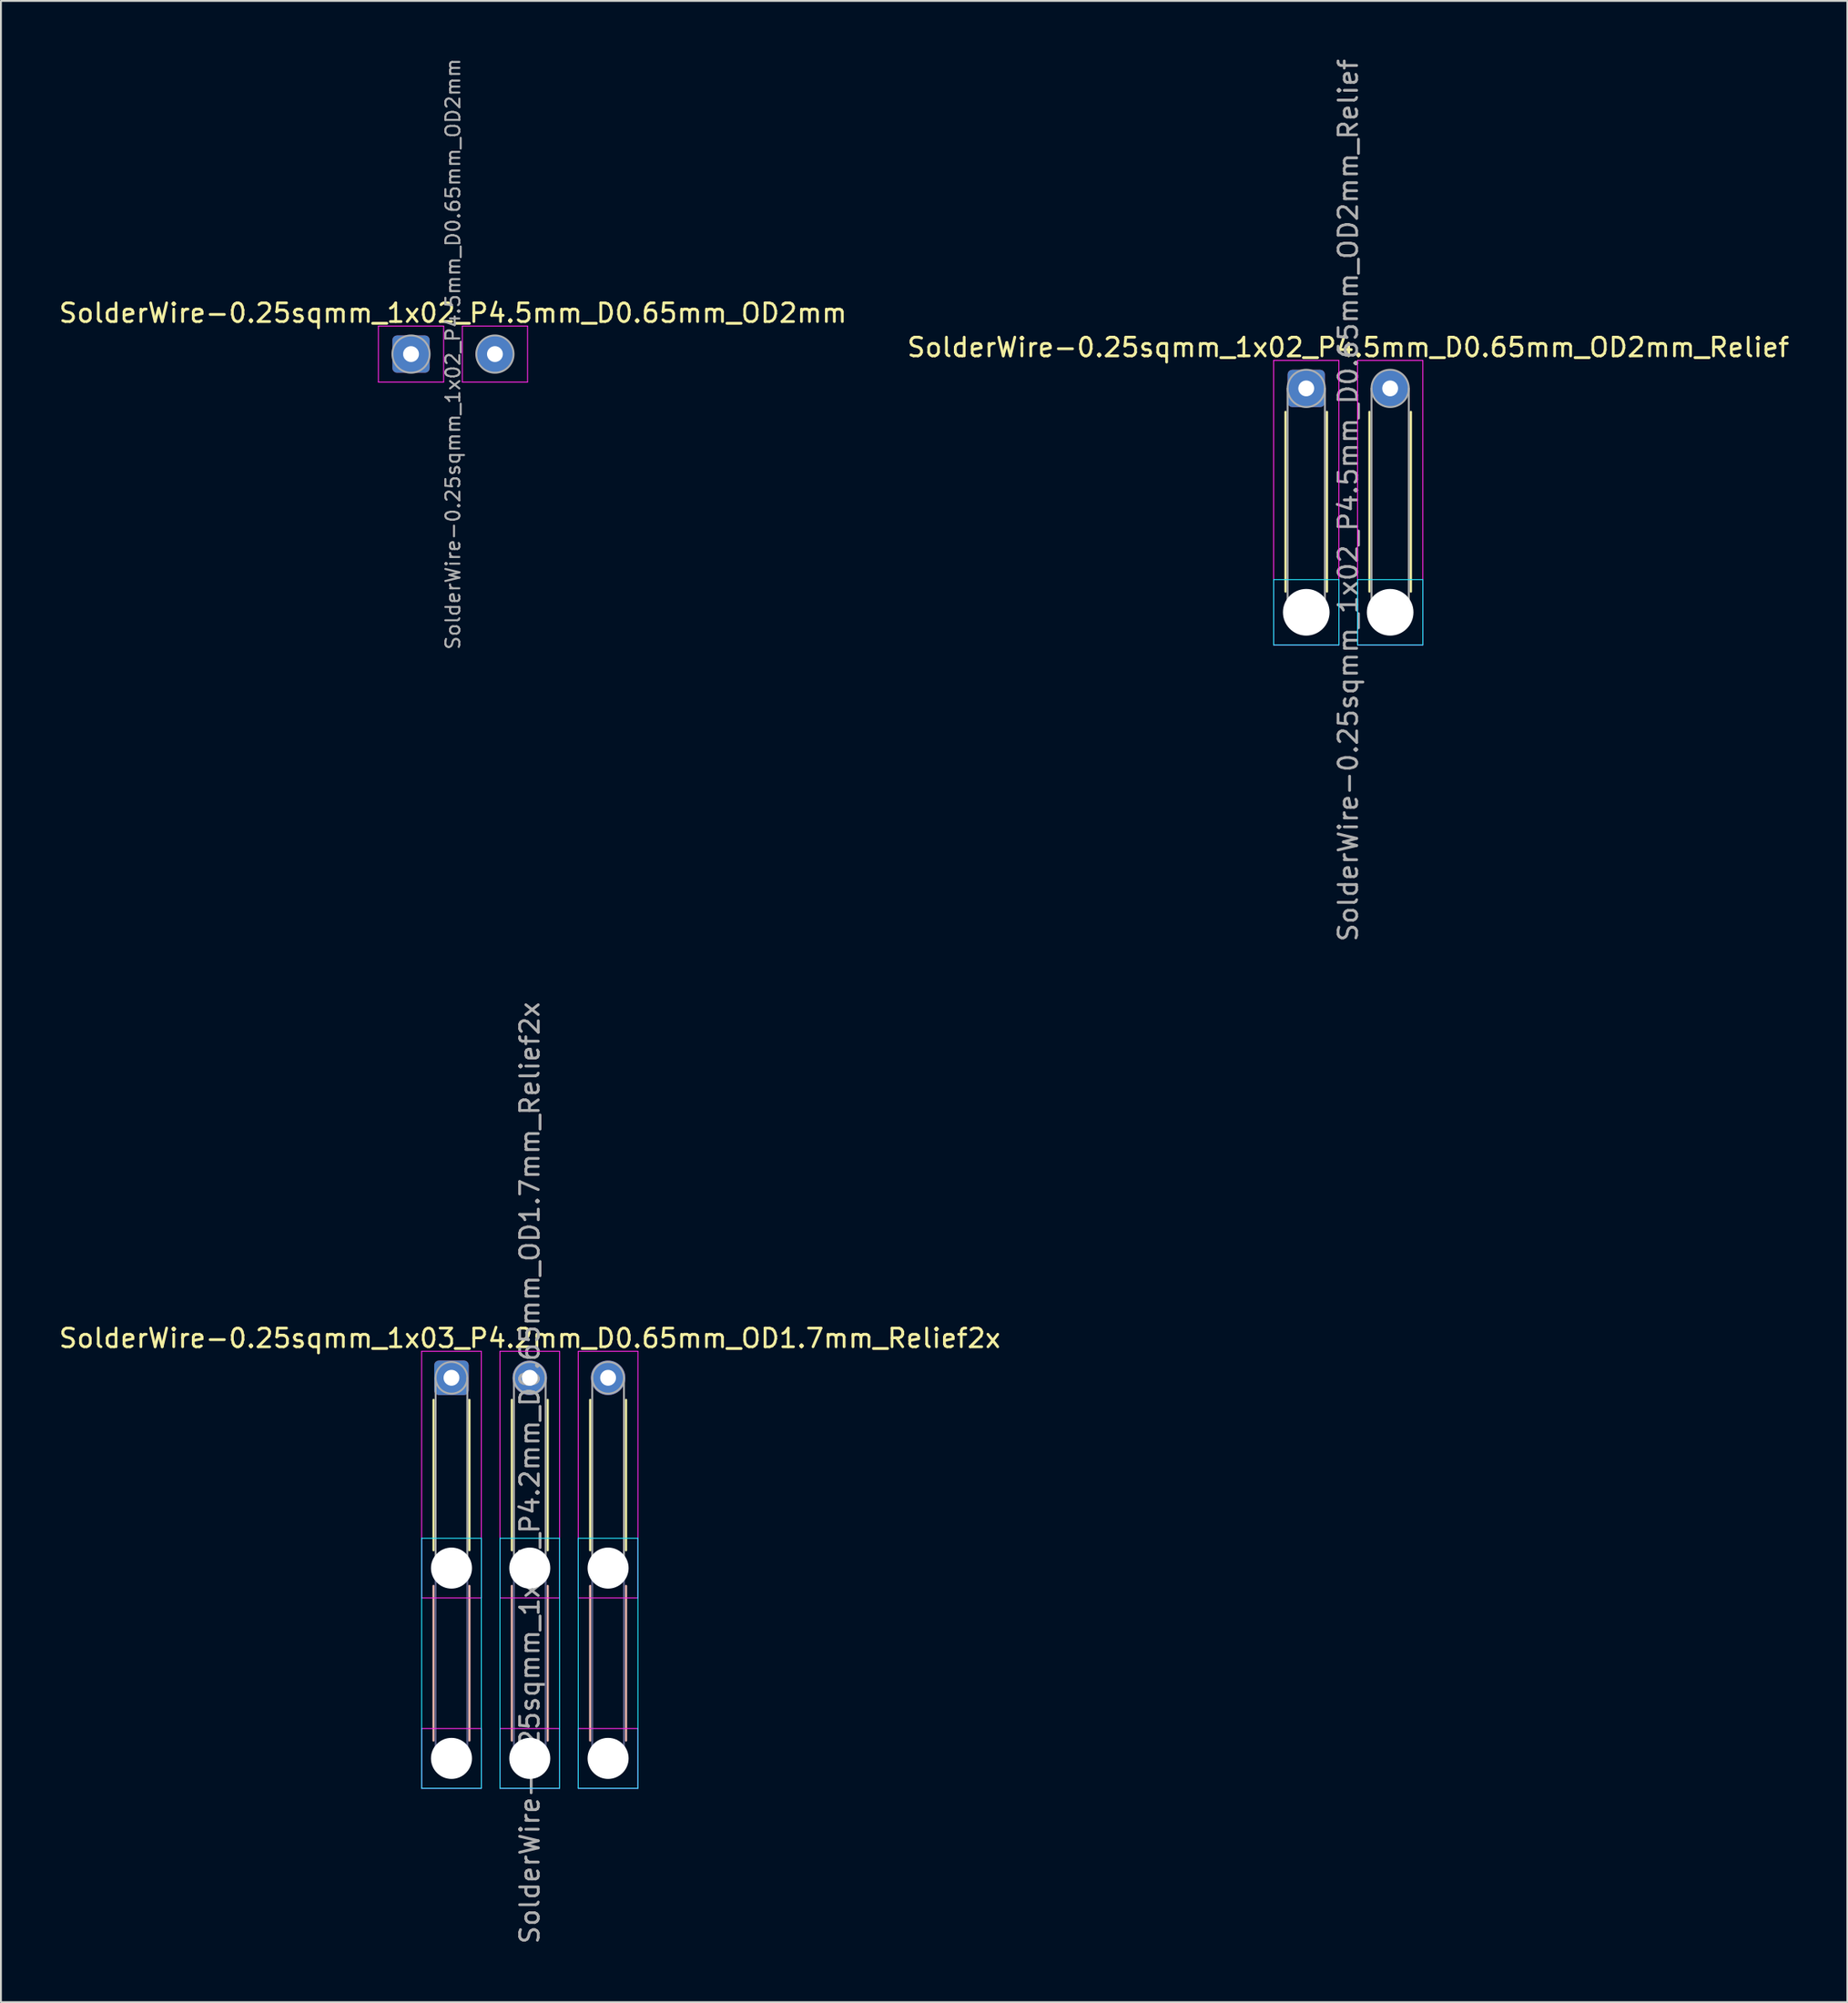
<source format=kicad_pcb>
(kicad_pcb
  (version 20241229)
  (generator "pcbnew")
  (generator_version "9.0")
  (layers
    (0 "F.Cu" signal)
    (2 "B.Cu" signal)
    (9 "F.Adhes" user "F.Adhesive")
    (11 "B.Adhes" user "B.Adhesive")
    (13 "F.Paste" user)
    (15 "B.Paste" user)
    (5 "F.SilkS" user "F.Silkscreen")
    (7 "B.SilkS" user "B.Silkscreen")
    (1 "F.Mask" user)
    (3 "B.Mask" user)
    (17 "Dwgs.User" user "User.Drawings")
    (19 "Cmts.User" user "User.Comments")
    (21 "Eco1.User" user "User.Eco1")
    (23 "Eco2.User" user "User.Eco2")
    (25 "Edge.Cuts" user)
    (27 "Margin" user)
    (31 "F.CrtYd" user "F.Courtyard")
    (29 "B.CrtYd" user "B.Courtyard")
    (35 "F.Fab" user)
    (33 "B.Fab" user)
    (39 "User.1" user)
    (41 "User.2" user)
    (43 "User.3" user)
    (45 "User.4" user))
  (footprint "SolderWire-0.25sqmm_1x02_P4.5mm_D0.65mm_OD2mm"
    (layer "F.Cu")
    (at 18.994 15.929)
    (property "Reference" "SolderWire-0.25sqmm_1x02_P4.5mm_D0.65mm_OD2mm" (at 2.25 -2.2 0) (layer "F.SilkS") (effects (font (size 1 1) (thickness 0.15))))
    (attr exclude_from_pos_files exclude_from_bom)
    (fp_line (start -1.75 -1.5) (end -1.75 1.5) (stroke (width 0.05) (type solid)) (layer "F.CrtYd"))
    (fp_line (start -1.75 1.5) (end 1.75 1.5) (stroke (width 0.05) (type solid)) (layer "F.CrtYd"))
    (fp_line (start 1.75 -1.5) (end -1.75 -1.5) (stroke (width 0.05) (type solid)) (layer "F.CrtYd"))
    (fp_line (start 1.75 1.5) (end 1.75 -1.5) (stroke (width 0.05) (type solid)) (layer "F.CrtYd"))
    (fp_line (start 2.75 -1.5) (end 2.75 1.5) (stroke (width 0.05) (type solid)) (layer "F.CrtYd"))
    (fp_line (start 2.75 1.5) (end 6.25 1.5) (stroke (width 0.05) (type solid)) (layer "F.CrtYd"))
    (fp_line (start 6.25 -1.5) (end 2.75 -1.5) (stroke (width 0.05) (type solid)) (layer "F.CrtYd"))
    (fp_line (start 6.25 1.5) (end 6.25 -1.5) (stroke (width 0.05) (type solid)) (layer "F.CrtYd"))
    (fp_circle (center 0 0) (end 1 0) (stroke (width 0.1) (type solid)) (fill no) (layer "F.Fab"))
    (fp_circle (center 4.5 0) (end 5.5 0) (stroke (width 0.1) (type solid)) (fill no) (layer "F.Fab"))
    (fp_text user "${REFERENCE}" (at 2.25 0 90) (layer "F.Fab") (effects (font (size 0.75 0.75) (thickness 0.11))))
    (pad "1" thru_hole roundrect (at 0 0) (size 2 2) (drill 0.85) (layers "*.Cu" "*.Mask") (roundrect_rratio 0.125))
    (pad "2" thru_hole circle (at 4.5 0) (size 2 2) (drill 0.85) (layers "*.Cu" "*.Mask")))
  (footprint "SolderWire-0.25sqmm_1x03_P4.2mm_D0.65mm_OD1.7mm_Relief2x"
    (layer "F.Cu")
    (at 21.163 70.799)
    (property "Reference" "SolderWire-0.25sqmm_1x03_P4.2mm_D0.65mm_OD1.7mm_Relief2x" (at 4.2 -2.12 0) (layer "F.SilkS") (effects (font (size 1 1) (thickness 0.15))))
    (attr exclude_from_pos_files exclude_from_bom)
    (fp_line (start -0.96 1.185) (end -0.96 9.24) (stroke (width 0.12) (type solid)) (layer "F.SilkS"))
    (fp_line (start 0.96 1.185) (end 0.96 9.24) (stroke (width 0.12) (type solid)) (layer "F.SilkS"))
    (fp_line (start 3.24 1.185) (end 3.24 9.24) (stroke (width 0.12) (type solid)) (layer "F.SilkS"))
    (fp_line (start 5.16 1.185) (end 5.16 9.24) (stroke (width 0.12) (type solid)) (layer "F.SilkS"))
    (fp_line (start 7.44 1.185) (end 7.44 9.24) (stroke (width 0.12) (type solid)) (layer "F.SilkS"))
    (fp_line (start 9.36 1.185) (end 9.36 9.24) (stroke (width 0.12) (type solid)) (layer "F.SilkS"))
    (fp_line (start -0.96 11.16) (end -0.96 19.44) (stroke (width 0.12) (type solid)) (layer "B.SilkS"))
    (fp_line (start 0.96 11.16) (end 0.96 19.44) (stroke (width 0.12) (type solid)) (layer "B.SilkS"))
    (fp_line (start 3.24 11.16) (end 3.24 19.44) (stroke (width 0.12) (type solid)) (layer "B.SilkS"))
    (fp_line (start 5.16 11.16) (end 5.16 19.44) (stroke (width 0.12) (type solid)) (layer "B.SilkS"))
    (fp_line (start 7.44 11.16) (end 7.44 19.44) (stroke (width 0.12) (type solid)) (layer "B.SilkS"))
    (fp_line (start 9.36 11.16) (end 9.36 19.44) (stroke (width 0.12) (type solid)) (layer "B.SilkS"))
    (fp_line (start -1.6 8.6) (end -1.6 22) (stroke (width 0.05) (type solid)) (layer "B.CrtYd"))
    (fp_line (start -1.6 22) (end 1.6 22) (stroke (width 0.05) (type solid)) (layer "B.CrtYd"))
    (fp_line (start 1.6 8.6) (end -1.6 8.6) (stroke (width 0.05) (type solid)) (layer "B.CrtYd"))
    (fp_line (start 1.6 22) (end 1.6 8.6) (stroke (width 0.05) (type solid)) (layer "B.CrtYd"))
    (fp_line (start 2.6 8.6) (end 2.6 22) (stroke (width 0.05) (type solid)) (layer "B.CrtYd"))
    (fp_line (start 2.6 22) (end 5.8 22) (stroke (width 0.05) (type solid)) (layer "B.CrtYd"))
    (fp_line (start 5.8 8.6) (end 2.6 8.6) (stroke (width 0.05) (type solid)) (layer "B.CrtYd"))
    (fp_line (start 5.8 22) (end 5.8 8.6) (stroke (width 0.05) (type solid)) (layer "B.CrtYd"))
    (fp_line (start 6.8 8.6) (end 6.8 22) (stroke (width 0.05) (type solid)) (layer "B.CrtYd"))
    (fp_line (start 6.8 22) (end 10 22) (stroke (width 0.05) (type solid)) (layer "B.CrtYd"))
    (fp_line (start 10 8.6) (end 6.8 8.6) (stroke (width 0.05) (type solid)) (layer "B.CrtYd"))
    (fp_line (start 10 22) (end 10 8.6) (stroke (width 0.05) (type solid)) (layer "B.CrtYd"))
    (fp_line (start -1.6 -1.42) (end -1.6 11.8) (stroke (width 0.05) (type solid)) (layer "F.CrtYd"))
    (fp_line (start -1.6 11.8) (end 1.6 11.8) (stroke (width 0.05) (type solid)) (layer "F.CrtYd"))
    (fp_line (start -1.6 18.8) (end -1.6 22) (stroke (width 0.05) (type solid)) (layer "F.CrtYd"))
    (fp_line (start -1.6 22) (end 1.6 22) (stroke (width 0.05) (type solid)) (layer "F.CrtYd"))
    (fp_line (start 1.6 -1.42) (end -1.6 -1.42) (stroke (width 0.05) (type solid)) (layer "F.CrtYd"))
    (fp_line (start 1.6 11.8) (end 1.6 -1.42) (stroke (width 0.05) (type solid)) (layer "F.CrtYd"))
    (fp_line (start 1.6 18.8) (end -1.6 18.8) (stroke (width 0.05) (type solid)) (layer "F.CrtYd"))
    (fp_line (start 1.6 22) (end 1.6 18.8) (stroke (width 0.05) (type solid)) (layer "F.CrtYd"))
    (fp_line (start 2.6 -1.42) (end 2.6 11.8) (stroke (width 0.05) (type solid)) (layer "F.CrtYd"))
    (fp_line (start 2.6 11.8) (end 5.8 11.8) (stroke (width 0.05) (type solid)) (layer "F.CrtYd"))
    (fp_line (start 2.6 18.8) (end 2.6 22) (stroke (width 0.05) (type solid)) (layer "F.CrtYd"))
    (fp_line (start 2.6 22) (end 5.8 22) (stroke (width 0.05) (type solid)) (layer "F.CrtYd"))
    (fp_line (start 5.8 -1.42) (end 2.6 -1.42) (stroke (width 0.05) (type solid)) (layer "F.CrtYd"))
    (fp_line (start 5.8 11.8) (end 5.8 -1.42) (stroke (width 0.05) (type solid)) (layer "F.CrtYd"))
    (fp_line (start 5.8 18.8) (end 2.6 18.8) (stroke (width 0.05) (type solid)) (layer "F.CrtYd"))
    (fp_line (start 5.8 22) (end 5.8 18.8) (stroke (width 0.05) (type solid)) (layer "F.CrtYd"))
    (fp_line (start 6.8 -1.42) (end 6.8 11.8) (stroke (width 0.05) (type solid)) (layer "F.CrtYd"))
    (fp_line (start 6.8 11.8) (end 10 11.8) (stroke (width 0.05) (type solid)) (layer "F.CrtYd"))
    (fp_line (start 6.8 18.8) (end 6.8 22) (stroke (width 0.05) (type solid)) (layer "F.CrtYd"))
    (fp_line (start 6.8 22) (end 10 22) (stroke (width 0.05) (type solid)) (layer "F.CrtYd"))
    (fp_line (start 10 -1.42) (end 6.8 -1.42) (stroke (width 0.05) (type solid)) (layer "F.CrtYd"))
    (fp_line (start 10 11.8) (end 10 -1.42) (stroke (width 0.05) (type solid)) (layer "F.CrtYd"))
    (fp_line (start 10 18.8) (end 6.8 18.8) (stroke (width 0.05) (type solid)) (layer "F.CrtYd"))
    (fp_line (start 10 22) (end 10 18.8) (stroke (width 0.05) (type solid)) (layer "F.CrtYd"))
    (fp_line (start -0.85 10.2) (end -0.85 20.4) (stroke (width 0.1) (type solid)) (layer "B.Fab"))
    (fp_line (start 0.85 10.2) (end 0.85 20.4) (stroke (width 0.1) (type solid)) (layer "B.Fab"))
    (fp_line (start 3.35 10.2) (end 3.35 20.4) (stroke (width 0.1) (type solid)) (layer "B.Fab"))
    (fp_line (start 5.05 10.2) (end 5.05 20.4) (stroke (width 0.1) (type solid)) (layer "B.Fab"))
    (fp_line (start 7.55 10.2) (end 7.55 20.4) (stroke (width 0.1) (type solid)) (layer "B.Fab"))
    (fp_line (start 9.25 10.2) (end 9.25 20.4) (stroke (width 0.1) (type solid)) (layer "B.Fab"))
    (fp_circle (center 0 10.2) (end 0.85 10.2) (stroke (width 0.1) (type solid)) (fill no) (layer "B.Fab"))
    (fp_circle (center 0 20.4) (end 0.85 20.4) (stroke (width 0.1) (type solid)) (fill no) (layer "B.Fab"))
    (fp_circle (center 4.2 10.2) (end 5.05 10.2) (stroke (width 0.1) (type solid)) (fill no) (layer "B.Fab"))
    (fp_circle (center 4.2 20.4) (end 5.05 20.4) (stroke (width 0.1) (type solid)) (fill no) (layer "B.Fab"))
    (fp_circle (center 8.4 10.2) (end 9.25 10.2) (stroke (width 0.1) (type solid)) (fill no) (layer "B.Fab"))
    (fp_circle (center 8.4 20.4) (end 9.25 20.4) (stroke (width 0.1) (type solid)) (fill no) (layer "B.Fab"))
    (fp_line (start -0.85 0) (end -0.85 10.2) (stroke (width 0.1) (type solid)) (layer "F.Fab"))
    (fp_line (start 0.85 0) (end 0.85 10.2) (stroke (width 0.1) (type solid)) (layer "F.Fab"))
    (fp_line (start 3.35 0) (end 3.35 10.2) (stroke (width 0.1) (type solid)) (layer "F.Fab"))
    (fp_line (start 5.05 0) (end 5.05 10.2) (stroke (width 0.1) (type solid)) (layer "F.Fab"))
    (fp_line (start 7.55 0) (end 7.55 10.2) (stroke (width 0.1) (type solid)) (layer "F.Fab"))
    (fp_line (start 9.25 0) (end 9.25 10.2) (stroke (width 0.1) (type solid)) (layer "F.Fab"))
    (fp_circle (center 0 0) (end 0.85 0) (stroke (width 0.1) (type solid)) (fill no) (layer "F.Fab"))
    (fp_circle (center 0 10.2) (end 0.85 10.2) (stroke (width 0.1) (type solid)) (fill no) (layer "F.Fab"))
    (fp_circle (center 0 20.4) (end 0.85 20.4) (stroke (width 0.1) (type solid)) (fill no) (layer "F.Fab"))
    (fp_circle (center 4.2 0) (end 5.05 0) (stroke (width 0.1) (type solid)) (fill no) (layer "F.Fab"))
    (fp_circle (center 4.2 10.2) (end 5.05 10.2) (stroke (width 0.1) (type solid)) (fill no) (layer "F.Fab"))
    (fp_circle (center 4.2 20.4) (end 5.05 20.4) (stroke (width 0.1) (type solid)) (fill no) (layer "F.Fab"))
    (fp_circle (center 8.4 0) (end 9.25 0) (stroke (width 0.1) (type solid)) (fill no) (layer "F.Fab"))
    (fp_circle (center 8.4 10.2) (end 9.25 10.2) (stroke (width 0.1) (type solid)) (fill no) (layer "F.Fab"))
    (fp_circle (center 8.4 20.4) (end 9.25 20.4) (stroke (width 0.1) (type solid)) (fill no) (layer "F.Fab"))
    (fp_text user "${REFERENCE}" (at 4.2 5.1 90) (layer "F.Fab") (effects (font (size 1 1) (thickness 0.15))))
    (pad "" np_thru_hole circle (at 0 10.2) (size 2.2 2.2) (drill 2.2) (layers "*.Cu" "*.Mask"))
    (pad "" np_thru_hole circle (at 0 20.4) (size 2.2 2.2) (drill 2.2) (layers "*.Cu" "*.Mask"))
    (pad "" np_thru_hole circle (at 4.2 10.2) (size 2.2 2.2) (drill 2.2) (layers "*.Cu" "*.Mask"))
    (pad "" np_thru_hole circle (at 4.2 20.4) (size 2.2 2.2) (drill 2.2) (layers "*.Cu" "*.Mask"))
    (pad "" np_thru_hole circle (at 8.4 10.2) (size 2.2 2.2) (drill 2.2) (layers "*.Cu" "*.Mask"))
    (pad "" np_thru_hole circle (at 8.4 20.4) (size 2.2 2.2) (drill 2.2) (layers "*.Cu" "*.Mask"))
    (pad "1" thru_hole roundrect (at 0 0) (size 1.85 1.85) (drill 0.85) (layers "*.Cu" "*.Mask") (roundrect_rratio 0.135))
    (pad "2" thru_hole circle (at 4.2 0) (size 1.85 1.85) (drill 0.85) (layers "*.Cu" "*.Mask"))
    (pad "3" thru_hole circle (at 8.4 0) (size 1.85 1.85) (drill 0.85) (layers "*.Cu" "*.Mask")))
  (footprint "SolderWire-0.25sqmm_1x02_P4.5mm_D0.65mm_OD2mm_Relief"
    (layer "F.Cu")
    (at 67.006 17.768)
    (property "Reference" "SolderWire-0.25sqmm_1x02_P4.5mm_D0.65mm_OD2mm_Relief" (at 2.25 -2.2 0) (layer "F.SilkS") (effects (font (size 1 1) (thickness 0.15))))
    (attr exclude_from_pos_files exclude_from_bom)
    (fp_line (start -1.11 1.26) (end -1.11 10.89) (stroke (width 0.12) (type solid)) (layer "F.SilkS"))
    (fp_line (start 1.11 1.26) (end 1.11 10.89) (stroke (width 0.12) (type solid)) (layer "F.SilkS"))
    (fp_line (start 3.39 1.26) (end 3.39 10.89) (stroke (width 0.12) (type solid)) (layer "F.SilkS"))
    (fp_line (start 5.61 1.26) (end 5.61 10.89) (stroke (width 0.12) (type solid)) (layer "F.SilkS"))
    (fp_line (start -1.75 10.25) (end -1.75 13.75) (stroke (width 0.05) (type solid)) (layer "B.CrtYd"))
    (fp_line (start -1.75 13.75) (end 1.75 13.75) (stroke (width 0.05) (type solid)) (layer "B.CrtYd"))
    (fp_line (start 1.75 10.25) (end -1.75 10.25) (stroke (width 0.05) (type solid)) (layer "B.CrtYd"))
    (fp_line (start 1.75 13.75) (end 1.75 10.25) (stroke (width 0.05) (type solid)) (layer "B.CrtYd"))
    (fp_line (start 2.75 10.25) (end 2.75 13.75) (stroke (width 0.05) (type solid)) (layer "B.CrtYd"))
    (fp_line (start 2.75 13.75) (end 6.25 13.75) (stroke (width 0.05) (type solid)) (layer "B.CrtYd"))
    (fp_line (start 6.25 10.25) (end 2.75 10.25) (stroke (width 0.05) (type solid)) (layer "B.CrtYd"))
    (fp_line (start 6.25 13.75) (end 6.25 10.25) (stroke (width 0.05) (type solid)) (layer "B.CrtYd"))
    (fp_line (start -1.75 -1.5) (end -1.75 13.75) (stroke (width 0.05) (type solid)) (layer "F.CrtYd"))
    (fp_line (start -1.75 13.75) (end 1.75 13.75) (stroke (width 0.05) (type solid)) (layer "F.CrtYd"))
    (fp_line (start 1.75 -1.5) (end -1.75 -1.5) (stroke (width 0.05) (type solid)) (layer "F.CrtYd"))
    (fp_line (start 1.75 13.75) (end 1.75 -1.5) (stroke (width 0.05) (type solid)) (layer "F.CrtYd"))
    (fp_line (start 2.75 -1.5) (end 2.75 13.75) (stroke (width 0.05) (type solid)) (layer "F.CrtYd"))
    (fp_line (start 2.75 13.75) (end 6.25 13.75) (stroke (width 0.05) (type solid)) (layer "F.CrtYd"))
    (fp_line (start 6.25 -1.5) (end 2.75 -1.5) (stroke (width 0.05) (type solid)) (layer "F.CrtYd"))
    (fp_line (start 6.25 13.75) (end 6.25 -1.5) (stroke (width 0.05) (type solid)) (layer "F.CrtYd"))
    (fp_line (start -1 0) (end -1 12) (stroke (width 0.1) (type solid)) (layer "F.Fab"))
    (fp_line (start 1 0) (end 1 12) (stroke (width 0.1) (type solid)) (layer "F.Fab"))
    (fp_line (start 3.5 0) (end 3.5 12) (stroke (width 0.1) (type solid)) (layer "F.Fab"))
    (fp_line (start 5.5 0) (end 5.5 12) (stroke (width 0.1) (type solid)) (layer "F.Fab"))
    (fp_circle (center 0 0) (end 1 0) (stroke (width 0.1) (type solid)) (fill no) (layer "F.Fab"))
    (fp_circle (center 0 12) (end 1 12) (stroke (width 0.1) (type solid)) (fill no) (layer "F.Fab"))
    (fp_circle (center 4.5 0) (end 5.5 0) (stroke (width 0.1) (type solid)) (fill no) (layer "F.Fab"))
    (fp_circle (center 4.5 12) (end 5.5 12) (stroke (width 0.1) (type solid)) (fill no) (layer "F.Fab"))
    (fp_text user "${REFERENCE}" (at 2.25 6 90) (layer "F.Fab") (effects (font (size 1 1) (thickness 0.15))))
    (pad "" np_thru_hole circle (at 0 12) (size 2.5 2.5) (drill 2.5) (layers "*.Cu" "*.Mask"))
    (pad "" np_thru_hole circle (at 4.5 12) (size 2.5 2.5) (drill 2.5) (layers "*.Cu" "*.Mask"))
    (pad "1" thru_hole roundrect (at 0 0) (size 2 2) (drill 0.85) (layers "*.Cu" "*.Mask") (roundrect_rratio 0.125))
    (pad "2" thru_hole circle (at 4.5 0) (size 2 2) (drill 0.85) (layers "*.Cu" "*.Mask")))
  (gr_rect
    (start -3 -3)
    (end 96.024 104.262)
    (stroke (width 0.1) (type default))
    (fill no)
    (layer "Edge.Cuts")))
</source>
